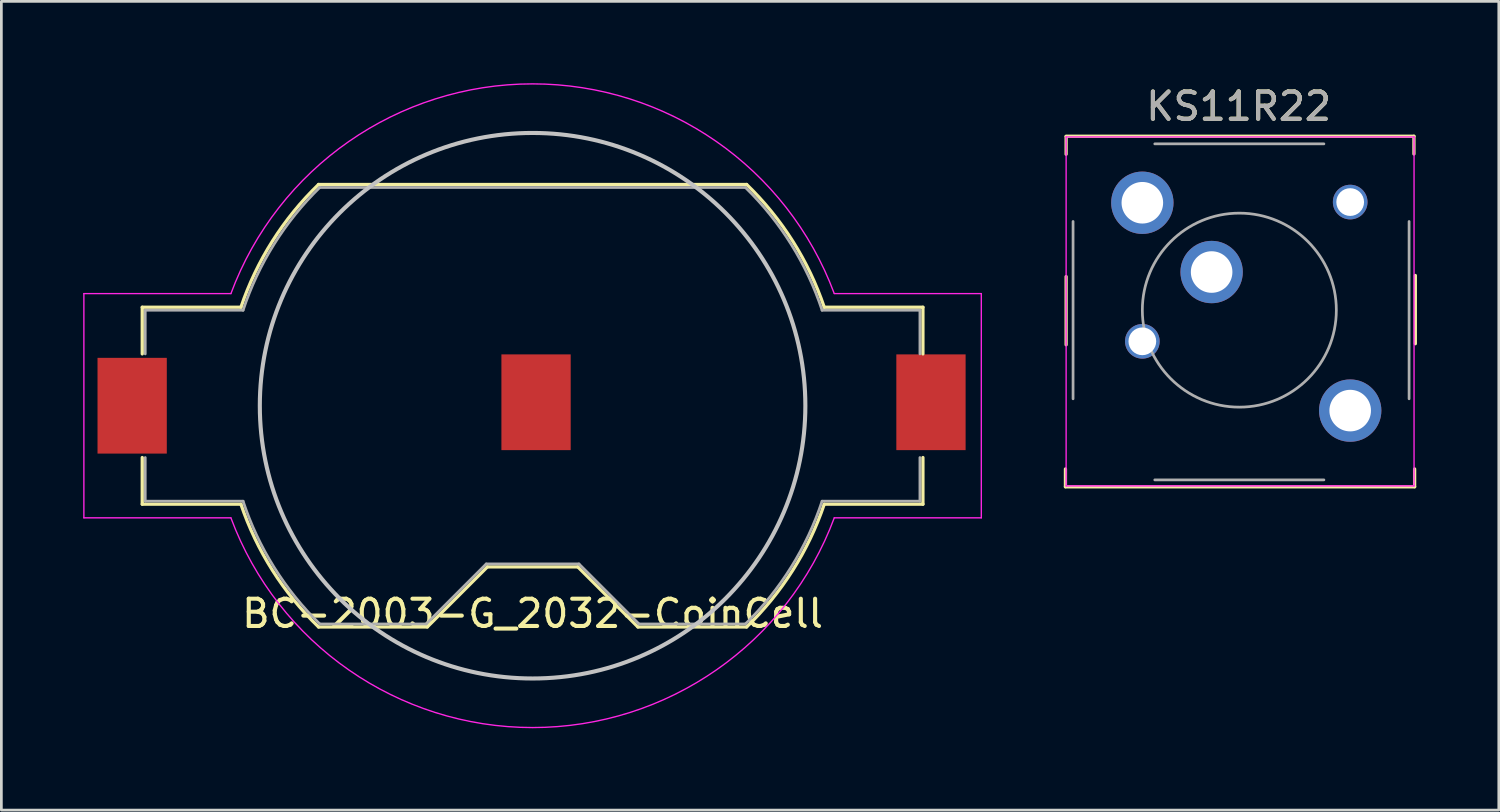
<source format=kicad_pcb>
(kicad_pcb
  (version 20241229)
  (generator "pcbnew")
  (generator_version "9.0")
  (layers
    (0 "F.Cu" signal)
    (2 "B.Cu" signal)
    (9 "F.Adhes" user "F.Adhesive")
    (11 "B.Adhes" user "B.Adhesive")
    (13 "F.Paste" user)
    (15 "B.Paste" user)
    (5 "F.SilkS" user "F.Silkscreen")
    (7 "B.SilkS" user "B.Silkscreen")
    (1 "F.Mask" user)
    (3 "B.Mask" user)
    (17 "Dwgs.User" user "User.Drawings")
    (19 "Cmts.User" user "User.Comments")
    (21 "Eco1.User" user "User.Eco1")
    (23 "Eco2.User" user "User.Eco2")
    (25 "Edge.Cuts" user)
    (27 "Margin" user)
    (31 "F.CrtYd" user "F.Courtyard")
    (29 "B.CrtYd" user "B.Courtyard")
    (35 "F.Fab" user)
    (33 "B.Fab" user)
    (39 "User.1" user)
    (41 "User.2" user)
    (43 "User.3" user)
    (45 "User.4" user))
  (footprint "BC-2003-G_2032-CoinCell"
    (layer "F.Cu")
    (at 16.475 11.824)
    (property "Reference" "BC-2003-G_2032-CoinCell" (at 0 7.62 0) (layer "F.SilkS") (effects (font (size 1 1) (thickness 0.15))))
    (attr smd)
    (fp_line (start -14.31 -3.61) (end -10.692 -3.61) (stroke (width 0.12) (type solid)) (layer "F.SilkS"))
    (fp_line (start -14.31 -1.9) (end -14.31 -3.61) (stroke (width 0.12) (type solid)) (layer "F.SilkS"))
    (fp_line (start -14.31 1.9) (end -14.31 3.61) (stroke (width 0.12) (type solid)) (layer "F.SilkS"))
    (fp_line (start -10.692 3.61) (end -14.31 3.61) (stroke (width 0.12) (type solid)) (layer "F.SilkS"))
    (fp_line (start -7.847 -8.11) (end 7.847 -8.11) (stroke (width 0.12) (type solid)) (layer "F.SilkS"))
    (fp_line (start -3.86 8.11) (end -7.847 8.11) (stroke (width 0.12) (type solid)) (layer "F.SilkS"))
    (fp_line (start -1.66 5.91) (end -3.86 8.11) (stroke (width 0.12) (type solid)) (layer "F.SilkS"))
    (fp_line (start 1.66 5.91) (end -1.66 5.91) (stroke (width 0.12) (type solid)) (layer "F.SilkS"))
    (fp_line (start 1.66 5.91) (end 3.86 8.11) (stroke (width 0.12) (type solid)) (layer "F.SilkS"))
    (fp_line (start 7.847 8.11) (end 3.86 8.11) (stroke (width 0.12) (type solid)) (layer "F.SilkS"))
    (fp_line (start 10.692 -3.61) (end 14.31 -3.61) (stroke (width 0.12) (type solid)) (layer "F.SilkS"))
    (fp_line (start 14.31 -1.9) (end 14.31 -3.61) (stroke (width 0.12) (type solid)) (layer "F.SilkS"))
    (fp_line (start 14.31 1.9) (end 14.31 3.61) (stroke (width 0.12) (type solid)) (layer "F.SilkS"))
    (fp_line (start 14.31 3.61) (end 10.692 3.61) (stroke (width 0.12) (type solid)) (layer "F.SilkS"))
    (fp_arc (start -10.692 -3.61) (mid -9.538084 -6.031244) (end -7.845371 -8.111789) (stroke (width 0.12) (type solid)) (layer "F.SilkS"))
    (fp_arc (start -7.845371 8.111789) (mid -9.538085 6.031244) (end -10.692 3.61) (stroke (width 0.12) (type solid)) (layer "F.SilkS"))
    (fp_arc (start 7.845371 -8.111789) (mid 9.538085 -6.031244) (end 10.692 -3.61) (stroke (width 0.12) (type solid)) (layer "F.SilkS"))
    (fp_arc (start 10.692 3.61) (mid 9.538084 6.031244) (end 7.845371 8.111789) (stroke (width 0.12) (type solid)) (layer "F.SilkS"))
    (fp_circle (center 0 0) (end 10 0) (stroke (width 0.15) (type solid)) (fill no) (layer "Dwgs.User"))
    (fp_line (start -16.45 -4.11) (end -16.45 4.11) (stroke (width 0.05) (type solid)) (layer "F.CrtYd"))
    (fp_line (start -16.45 -4.11) (end -11.06 -4.11) (stroke (width 0.05) (type solid)) (layer "F.CrtYd"))
    (fp_line (start -16.45 4.11) (end -11.06 4.11) (stroke (width 0.05) (type solid)) (layer "F.CrtYd"))
    (fp_line (start 11.06 4.11) (end 16.45 4.11) (stroke (width 0.05) (type solid)) (layer "F.CrtYd"))
    (fp_line (start 16.45 -4.11) (end 11.06 -4.11) (stroke (width 0.05) (type solid)) (layer "F.CrtYd"))
    (fp_line (start 16.45 4.11) (end 16.45 -4.11) (stroke (width 0.05) (type solid)) (layer "F.CrtYd"))
    (fp_arc (start -11.06 -4.11) (mid -0.002978 -11.79897) (end 11.057924 -4.115582) (stroke (width 0.05) (type solid)) (layer "F.CrtYd"))
    (fp_arc (start 11.06 4.11) (mid 0.002978 11.79897) (end -11.057924 4.115582) (stroke (width 0.05) (type solid)) (layer "F.CrtYd"))
    (fp_line (start -14.2 -3.5) (end -14.2 -1.9) (stroke (width 0.1) (type solid)) (layer "F.Fab"))
    (fp_line (start -14.2 -3.5) (end -10.613 -3.5) (stroke (width 0.1) (type solid)) (layer "F.Fab"))
    (fp_line (start -14.2 1.9) (end -14.2 3.5) (stroke (width 0.1) (type solid)) (layer "F.Fab"))
    (fp_line (start -14.2 3.5) (end -10.613 3.5) (stroke (width 0.1) (type solid)) (layer "F.Fab"))
    (fp_line (start -7.803 -8) (end 7.803 -8) (stroke (width 0.1) (type solid)) (layer "F.Fab"))
    (fp_line (start -3.9 8) (end -7.803 8) (stroke (width 0.1) (type solid)) (layer "F.Fab"))
    (fp_line (start -1.7 5.8) (end -3.9 8) (stroke (width 0.1) (type solid)) (layer "F.Fab"))
    (fp_line (start -1.7 5.8) (end 1.7 5.8) (stroke (width 0.1) (type solid)) (layer "F.Fab"))
    (fp_line (start 1.7 5.8) (end 3.9 8) (stroke (width 0.1) (type solid)) (layer "F.Fab"))
    (fp_line (start 3.9 8) (end 7.803 8) (stroke (width 0.1) (type solid)) (layer "F.Fab"))
    (fp_line (start 10.613 -3.5) (end 14.2 -3.5) (stroke (width 0.1) (type solid)) (layer "F.Fab"))
    (fp_line (start 14.2 -3.5) (end 14.2 -1.9) (stroke (width 0.1) (type solid)) (layer "F.Fab"))
    (fp_line (start 14.2 1.9) (end 14.2 3.5) (stroke (width 0.1) (type solid)) (layer "F.Fab"))
    (fp_line (start 14.2 3.5) (end 10.613 3.5) (stroke (width 0.1) (type solid)) (layer "F.Fab"))
    (fp_arc (start -10.61275 -3.5) (mid -9.478596 -5.919179) (end -7.802602 -7.999992) (stroke (width 0.1) (type solid)) (layer "F.Fab"))
    (fp_arc (start -7.802602 7.999992) (mid -9.478596 5.91918) (end -10.61275 3.5) (stroke (width 0.1) (type solid)) (layer "F.Fab"))
    (fp_arc (start 7.802602 -7.999992) (mid 9.478596 -5.91918) (end 10.61275 -3.5) (stroke (width 0.1) (type solid)) (layer "F.Fab"))
    (fp_arc (start 10.61275 3.5) (mid 9.478596 5.919179) (end 7.802602 7.999992) (stroke (width 0.1) (type solid)) (layer "F.Fab"))
    (pad "1" smd rect (at -14.68 0) (size 2.54 3.51) (layers "F.Cu" "F.Mask" "F.Paste"))
    (pad "1" smd rect (at 14.605 -0.127) (size 2.54 3.51) (layers "F.Cu" "F.Mask" "F.Paste"))
    (pad "2" smd rect (at 0.127 -0.127) (size 2.54 3.51) (layers "F.Cu" "F.Mask" "F.Paste")))
  (footprint "KS11R22"
    (layer "F.Cu")
    (at 42.385 8.32)
    (property "Reference" "KS11R22" (at -0.025 -7.472 0) (layer "F.SilkS") (effects (font (size 1 1) (thickness 0.15))))
    (attr through_hole)
    (fp_line (start -6.375 6.473) (end -6.375 5.823) (stroke (width 0.12) (type solid)) (layer "F.SilkS"))
    (fp_line (start -6.35 -6.365) (end -6.35 -5.715) (stroke (width 0.12) (type solid)) (layer "F.SilkS"))
    (fp_line (start -6.35 -1.23) (end -6.35 1.27) (stroke (width 0.12) (type solid)) (layer "F.SilkS"))
    (fp_line (start 6.401 -6.375) (end -6.35 -6.375) (stroke (width 0.12) (type solid)) (layer "F.SilkS"))
    (fp_line (start 6.401 -5.725) (end 6.401 -6.375) (stroke (width 0.12) (type solid)) (layer "F.SilkS"))
    (fp_line (start 6.426 5.823) (end 6.426 6.473) (stroke (width 0.12) (type solid)) (layer "F.SilkS"))
    (fp_line (start 6.426 6.477) (end -6.375 6.477) (stroke (width 0.12) (type solid)) (layer "F.SilkS"))
    (fp_line (start 6.452 -1.27) (end 6.452 1.23) (stroke (width 0.12) (type solid)) (layer "F.SilkS"))
    (fp_line (start -3.556 -4.953) (end -3.556 5.207) (stroke (width 0.12) (type solid)) (layer "Eco1.User"))
    (fp_line (start 4.064 -4.953) (end 4.064 5.207) (stroke (width 0.12) (type solid)) (layer "Eco1.User"))
    (fp_line (start -6.35 -6.35) (end -6.35 6.444) (stroke (width 0.05) (type solid)) (layer "F.CrtYd"))
    (fp_line (start -6.35 6.444) (end 6.405 6.444) (stroke (width 0.05) (type solid)) (layer "F.CrtYd"))
    (fp_line (start 6.405 -6.35) (end -6.35 -6.35) (stroke (width 0.05) (type solid)) (layer "F.CrtYd"))
    (fp_line (start 6.405 6.444) (end 6.405 -6.35) (stroke (width 0.05) (type solid)) (layer "F.CrtYd"))
    (fp_line (start -6.096 3.25) (end -6.096 -3.25) (stroke (width 0.1) (type solid)) (layer "F.Fab"))
    (fp_line (start -3.1 -6.096) (end 3.1 -6.096) (stroke (width 0.1) (type solid)) (layer "F.Fab"))
    (fp_line (start 3.1 6.223) (end -3.1 6.223) (stroke (width 0.1) (type solid)) (layer "F.Fab"))
    (fp_line (start 6.223 -3.25) (end 6.223 3.25) (stroke (width 0.1) (type solid)) (layer "F.Fab"))
    (fp_circle (center 0 0) (end 3.556 0) (stroke (width 0.1) (type solid)) (fill no) (layer "F.Fab"))
    (fp_text user "${REFERENCE}" (at -0.025 -7.468 0) (layer "F.Fab") (effects (font (size 1 1) (thickness 0.15))))
    (pad "" thru_hole circle (at -3.556 -3.937) (size 2.286 2.286) (drill 1.524) (layers "*.Cu" "*.Mask"))
    (pad "" np_thru_hole circle (at -3.556 1.143) (size 1.27 1.27) (drill 1.016) (layers "*.Cu" "*.Mask"))
    (pad "" np_thru_hole circle (at 4.064 -3.962) (size 1.27 1.27) (drill 1.016) (layers "*.Cu" "*.Mask"))
    (pad "1" thru_hole circle (at -1.016 -1.397) (size 2.286 2.286) (drill 1.524) (layers "*.Cu" "*.Mask"))
    (pad "2" thru_hole circle (at 4.064 3.683) (size 2.286 2.286) (drill 1.524) (layers "*.Cu" "*.Mask")))
  (gr_rect
    (start -3 -3)
    (end 51.897 26.648)
    (stroke (width 0.1) (type default))
    (fill no)
    (layer "Edge.Cuts")))
</source>
